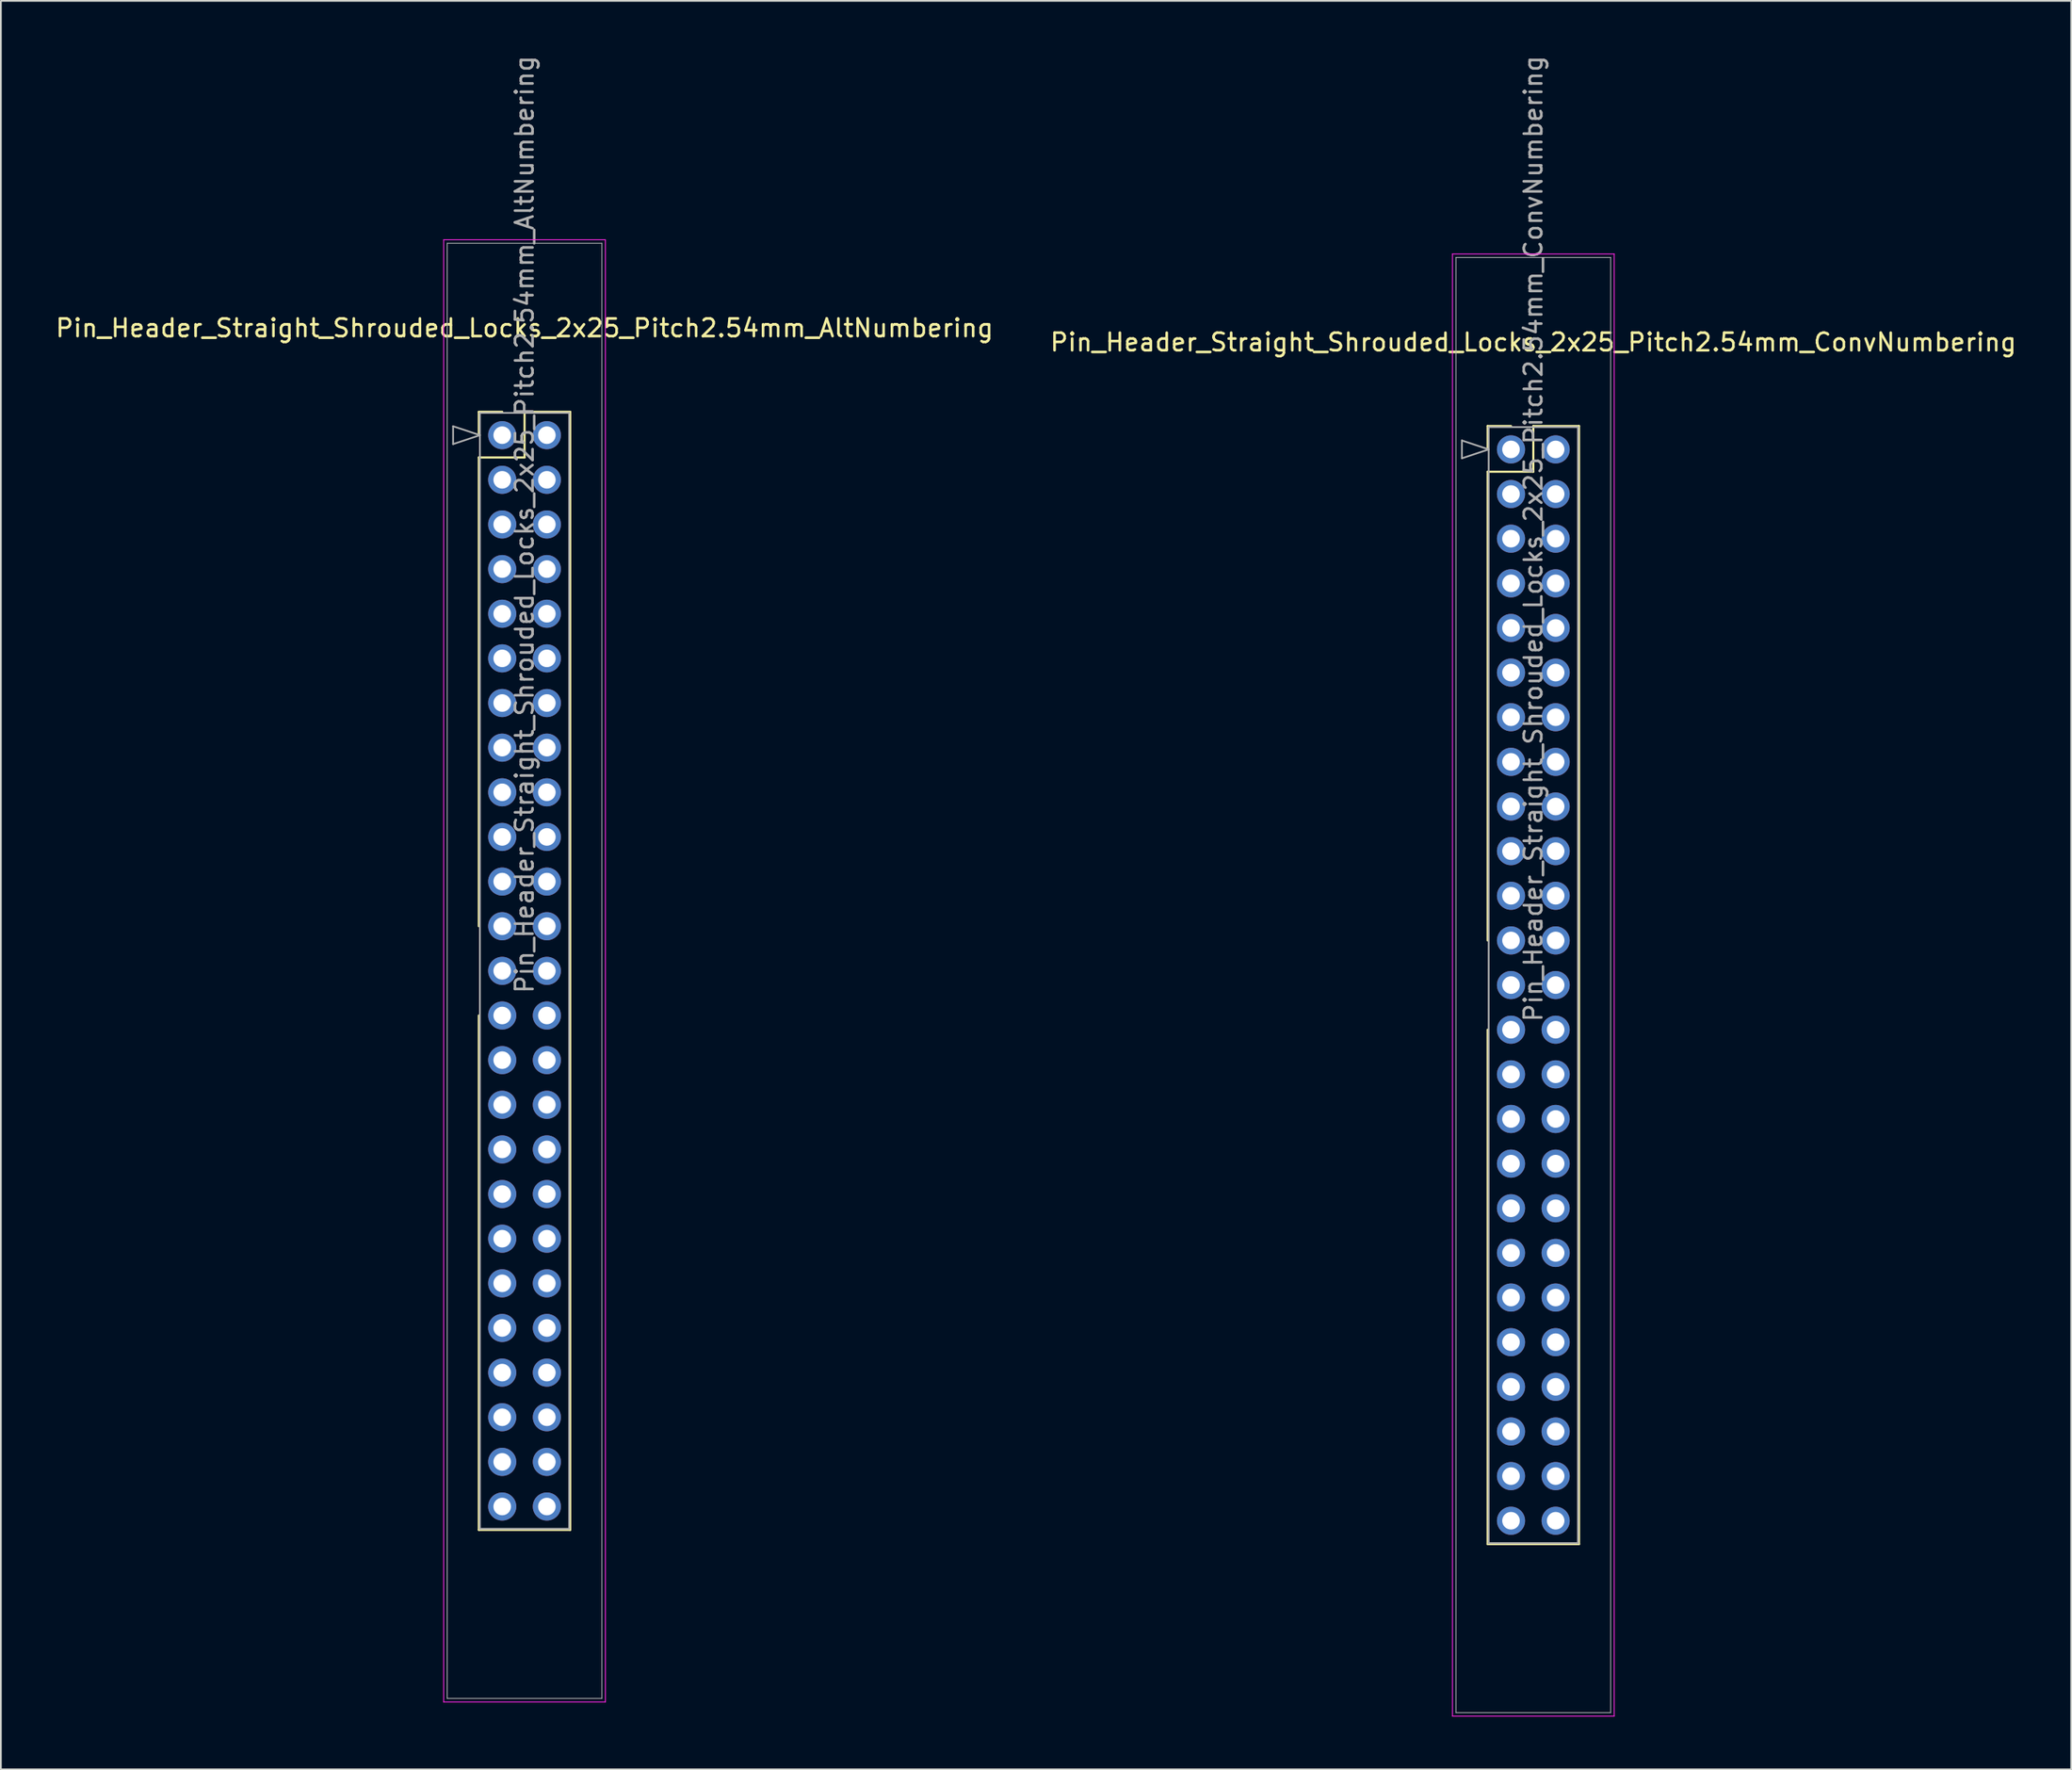
<source format=kicad_pcb>
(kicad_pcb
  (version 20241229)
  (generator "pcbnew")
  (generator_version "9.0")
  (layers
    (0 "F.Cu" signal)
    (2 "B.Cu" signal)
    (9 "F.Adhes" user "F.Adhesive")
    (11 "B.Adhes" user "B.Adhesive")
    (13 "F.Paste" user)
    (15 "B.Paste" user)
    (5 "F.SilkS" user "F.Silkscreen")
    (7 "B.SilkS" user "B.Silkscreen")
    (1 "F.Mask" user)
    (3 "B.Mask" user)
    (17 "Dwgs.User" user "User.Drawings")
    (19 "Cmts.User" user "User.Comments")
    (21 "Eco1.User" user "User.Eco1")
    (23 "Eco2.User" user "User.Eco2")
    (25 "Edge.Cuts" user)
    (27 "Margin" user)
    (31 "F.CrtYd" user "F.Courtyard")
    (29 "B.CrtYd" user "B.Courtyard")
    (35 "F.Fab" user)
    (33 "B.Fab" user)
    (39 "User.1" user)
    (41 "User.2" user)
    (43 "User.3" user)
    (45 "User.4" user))
  (footprint "Pin_Header_Straight_Shrouded_Locks_2x25_Pitch2.54mm_AltNumbering"
    (layer "F.Cu")
    (at 25.522 21.712)
    (property "Reference" "Pin_Header_Straight_Shrouded_Locks_2x25_Pitch2.54mm_AltNumbering" (at 1.27 -6.096 0) (layer "F.SilkS") (effects (font (size 1 1) (thickness 0.15))))
    (attr through_hole)
    (fp_line (start -1.33 -1.33) (end 0 -1.33) (stroke (width 0.12) (type solid)) (layer "F.SilkS"))
    (fp_line (start -1.33 0) (end -1.33 -1.33) (stroke (width 0.12) (type solid)) (layer "F.SilkS"))
    (fp_line (start -1.33 1.27) (end -1.33 27.94) (stroke (width 0.12) (type solid)) (layer "F.SilkS"))
    (fp_line (start -1.33 1.27) (end 1.27 1.27) (stroke (width 0.12) (type solid)) (layer "F.SilkS"))
    (fp_line (start -1.33 33.02) (end -1.33 62.29) (stroke (width 0.12) (type solid)) (layer "F.SilkS"))
    (fp_line (start -1.33 62.29) (end 3.87 62.29) (stroke (width 0.12) (type solid)) (layer "F.SilkS"))
    (fp_line (start 1.27 -1.33) (end 3.87 -1.33) (stroke (width 0.12) (type solid)) (layer "F.SilkS"))
    (fp_line (start 1.27 1.27) (end 1.27 -1.33) (stroke (width 0.12) (type solid)) (layer "F.SilkS"))
    (fp_line (start 3.87 -1.33) (end 3.87 62.29) (stroke (width 0.12) (type solid)) (layer "F.SilkS"))
    (fp_line (start -3.33 -11.12) (end -3.33 72.08) (stroke (width 0.05) (type solid)) (layer "F.CrtYd"))
    (fp_line (start -3.33 72.08) (end 5.87 72.08) (stroke (width 0.05) (type solid)) (layer "F.CrtYd"))
    (fp_line (start 5.87 -11.12) (end -3.33 -11.12) (stroke (width 0.05) (type solid)) (layer "F.CrtYd"))
    (fp_line (start 5.87 72.08) (end 5.87 -11.12) (stroke (width 0.05) (type solid)) (layer "F.CrtYd"))
    (fp_line (start -3.13 -10.92) (end -3.13 71.88) (stroke (width 0.05) (type solid)) (layer "F.Fab"))
    (fp_line (start -3.13 71.88) (end 5.67 71.88) (stroke (width 0.05) (type solid)) (layer "F.Fab"))
    (fp_line (start -2.794 -0.508) (end -1.27 0) (stroke (width 0.1) (type solid)) (layer "F.Fab"))
    (fp_line (start -2.794 0.508) (end -2.794 -0.508) (stroke (width 0.1) (type solid)) (layer "F.Fab"))
    (fp_line (start -1.27 -1.27) (end -1.27 62.23) (stroke (width 0.1) (type solid)) (layer "F.Fab"))
    (fp_line (start -1.27 0) (end -2.794 0.508) (stroke (width 0.1) (type solid)) (layer "F.Fab"))
    (fp_line (start -1.27 62.23) (end 3.81 62.23) (stroke (width 0.1) (type solid)) (layer "F.Fab"))
    (fp_line (start 3.81 -1.27) (end -1.27 -1.27) (stroke (width 0.1) (type solid)) (layer "F.Fab"))
    (fp_line (start 3.81 62.23) (end 3.81 -1.27) (stroke (width 0.1) (type solid)) (layer "F.Fab"))
    (fp_line (start 5.67 -10.92) (end -3.13 -10.92) (stroke (width 0.05) (type solid)) (layer "F.Fab"))
    (fp_line (start 5.67 71.88) (end 5.67 -10.92) (stroke (width 0.05) (type solid)) (layer "F.Fab"))
    (fp_text user "${REFERENCE}" (at 1.27 5.08 90) (layer "F.Fab") (effects (font (size 1 1) (thickness 0.15))))
    (pad "1" thru_hole oval (at 0 0) (size 1.6 1.6) (drill 1) (layers "*.Cu" "*.Mask"))
    (pad "2" thru_hole oval (at 0 2.54) (size 1.6 1.6) (drill 1) (layers "*.Cu" "*.Mask"))
    (pad "3" thru_hole oval (at 0 5.08) (size 1.6 1.6) (drill 1) (layers "*.Cu" "*.Mask"))
    (pad "4" thru_hole oval (at 0 7.62) (size 1.6 1.6) (drill 1) (layers "*.Cu" "*.Mask"))
    (pad "5" thru_hole oval (at 0 10.16) (size 1.6 1.6) (drill 1) (layers "*.Cu" "*.Mask"))
    (pad "6" thru_hole oval (at 0 12.7) (size 1.6 1.6) (drill 1) (layers "*.Cu" "*.Mask"))
    (pad "7" thru_hole oval (at 0 15.24) (size 1.6 1.6) (drill 1) (layers "*.Cu" "*.Mask"))
    (pad "8" thru_hole oval (at 0 17.78) (size 1.6 1.6) (drill 1) (layers "*.Cu" "*.Mask"))
    (pad "9" thru_hole oval (at 0 20.32) (size 1.6 1.6) (drill 1) (layers "*.Cu" "*.Mask"))
    (pad "10" thru_hole oval (at 0 22.86) (size 1.6 1.6) (drill 1) (layers "*.Cu" "*.Mask"))
    (pad "11" thru_hole oval (at 0 25.4) (size 1.6 1.6) (drill 1) (layers "*.Cu" "*.Mask"))
    (pad "12" thru_hole oval (at 0 27.94) (size 1.6 1.6) (drill 1) (layers "*.Cu" "*.Mask"))
    (pad "13" thru_hole oval (at 0 30.48) (size 1.6 1.6) (drill 1) (layers "*.Cu" "*.Mask"))
    (pad "14" thru_hole oval (at 0 33.02) (size 1.6 1.6) (drill 1) (layers "*.Cu" "*.Mask"))
    (pad "15" thru_hole oval (at 0 35.56) (size 1.6 1.6) (drill 1) (layers "*.Cu" "*.Mask"))
    (pad "16" thru_hole oval (at 0 38.1) (size 1.6 1.6) (drill 1) (layers "*.Cu" "*.Mask"))
    (pad "17" thru_hole oval (at 0 40.64) (size 1.6 1.6) (drill 1) (layers "*.Cu" "*.Mask"))
    (pad "18" thru_hole oval (at 0 43.18) (size 1.6 1.6) (drill 1) (layers "*.Cu" "*.Mask"))
    (pad "19" thru_hole oval (at 0 45.72) (size 1.6 1.6) (drill 1) (layers "*.Cu" "*.Mask"))
    (pad "20" thru_hole oval (at 0 48.26) (size 1.6 1.6) (drill 1) (layers "*.Cu" "*.Mask"))
    (pad "21" thru_hole oval (at 0 50.8) (size 1.6 1.6) (drill 1) (layers "*.Cu" "*.Mask"))
    (pad "22" thru_hole oval (at 0 53.34) (size 1.6 1.6) (drill 1) (layers "*.Cu" "*.Mask"))
    (pad "23" thru_hole oval (at 0 55.88) (size 1.6 1.6) (drill 1) (layers "*.Cu" "*.Mask"))
    (pad "24" thru_hole oval (at 0 58.42) (size 1.6 1.6) (drill 1) (layers "*.Cu" "*.Mask"))
    (pad "25" thru_hole oval (at 0 60.96) (size 1.6 1.6) (drill 1) (layers "*.Cu" "*.Mask"))
    (pad "26" thru_hole oval (at 2.54 0) (size 1.6 1.6) (drill 1) (layers "*.Cu" "*.Mask"))
    (pad "27" thru_hole oval (at 2.54 2.54) (size 1.6 1.6) (drill 1) (layers "*.Cu" "*.Mask"))
    (pad "28" thru_hole oval (at 2.54 5.08) (size 1.6 1.6) (drill 1) (layers "*.Cu" "*.Mask"))
    (pad "29" thru_hole oval (at 2.54 7.62) (size 1.6 1.6) (drill 1) (layers "*.Cu" "*.Mask"))
    (pad "30" thru_hole oval (at 2.54 10.16) (size 1.6 1.6) (drill 1) (layers "*.Cu" "*.Mask"))
    (pad "31" thru_hole oval (at 2.54 12.7) (size 1.6 1.6) (drill 1) (layers "*.Cu" "*.Mask"))
    (pad "32" thru_hole oval (at 2.54 15.24) (size 1.6 1.6) (drill 1) (layers "*.Cu" "*.Mask"))
    (pad "33" thru_hole oval (at 2.54 17.78) (size 1.6 1.6) (drill 1) (layers "*.Cu" "*.Mask"))
    (pad "34" thru_hole oval (at 2.54 20.32) (size 1.6 1.6) (drill 1) (layers "*.Cu" "*.Mask"))
    (pad "35" thru_hole oval (at 2.54 22.86) (size 1.6 1.6) (drill 1) (layers "*.Cu" "*.Mask"))
    (pad "36" thru_hole oval (at 2.54 25.4) (size 1.6 1.6) (drill 1) (layers "*.Cu" "*.Mask"))
    (pad "37" thru_hole oval (at 2.54 27.94) (size 1.6 1.6) (drill 1) (layers "*.Cu" "*.Mask"))
    (pad "38" thru_hole oval (at 2.54 30.48) (size 1.6 1.6) (drill 1) (layers "*.Cu" "*.Mask"))
    (pad "39" thru_hole oval (at 2.54 33.02) (size 1.6 1.6) (drill 1) (layers "*.Cu" "*.Mask"))
    (pad "40" thru_hole oval (at 2.54 35.56) (size 1.6 1.6) (drill 1) (layers "*.Cu" "*.Mask"))
    (pad "41" thru_hole oval (at 2.54 38.1) (size 1.6 1.6) (drill 1) (layers "*.Cu" "*.Mask"))
    (pad "42" thru_hole oval (at 2.54 40.64) (size 1.6 1.6) (drill 1) (layers "*.Cu" "*.Mask"))
    (pad "43" thru_hole oval (at 2.54 43.18) (size 1.6 1.6) (drill 1) (layers "*.Cu" "*.Mask"))
    (pad "44" thru_hole oval (at 2.54 45.72) (size 1.6 1.6) (drill 1) (layers "*.Cu" "*.Mask"))
    (pad "45" thru_hole oval (at 2.54 48.26) (size 1.6 1.6) (drill 1) (layers "*.Cu" "*.Mask"))
    (pad "46" thru_hole oval (at 2.54 50.8) (size 1.6 1.6) (drill 1) (layers "*.Cu" "*.Mask"))
    (pad "47" thru_hole oval (at 2.54 53.34) (size 1.6 1.6) (drill 1) (layers "*.Cu" "*.Mask"))
    (pad "48" thru_hole oval (at 2.54 55.88) (size 1.6 1.6) (drill 1) (layers "*.Cu" "*.Mask"))
    (pad "49" thru_hole oval (at 2.54 58.42) (size 1.6 1.6) (drill 1) (layers "*.Cu" "*.Mask"))
    (pad "50" thru_hole oval (at 2.54 60.96) (size 1.6 1.6) (drill 1) (layers "*.Cu" "*.Mask")))
  (footprint "Pin_Header_Straight_Shrouded_Locks_2x25_Pitch2.54mm_ConvNumbering"
    (layer "F.Cu")
    (at 82.915 22.521)
    (property "Reference" "Pin_Header_Straight_Shrouded_Locks_2x25_Pitch2.54mm_ConvNumbering" (at 1.27 -6.096 0) (layer "F.SilkS") (effects (font (size 1 1) (thickness 0.15))))
    (attr through_hole)
    (fp_line (start -1.33 -1.33) (end 0 -1.33) (stroke (width 0.12) (type solid)) (layer "F.SilkS"))
    (fp_line (start -1.33 0) (end -1.33 -1.33) (stroke (width 0.12) (type solid)) (layer "F.SilkS"))
    (fp_line (start -1.33 1.27) (end -1.33 27.94) (stroke (width 0.12) (type solid)) (layer "F.SilkS"))
    (fp_line (start -1.33 1.27) (end 1.27 1.27) (stroke (width 0.12) (type solid)) (layer "F.SilkS"))
    (fp_line (start -1.33 33.02) (end -1.33 62.29) (stroke (width 0.12) (type solid)) (layer "F.SilkS"))
    (fp_line (start -1.33 62.29) (end 3.87 62.29) (stroke (width 0.12) (type solid)) (layer "F.SilkS"))
    (fp_line (start 1.27 -1.33) (end 3.87 -1.33) (stroke (width 0.12) (type solid)) (layer "F.SilkS"))
    (fp_line (start 1.27 1.27) (end 1.27 -1.33) (stroke (width 0.12) (type solid)) (layer "F.SilkS"))
    (fp_line (start 3.87 -1.33) (end 3.87 62.29) (stroke (width 0.12) (type solid)) (layer "F.SilkS"))
    (fp_line (start -3.33 -11.12) (end -3.33 72.08) (stroke (width 0.05) (type solid)) (layer "F.CrtYd"))
    (fp_line (start -3.33 72.08) (end 5.87 72.08) (stroke (width 0.05) (type solid)) (layer "F.CrtYd"))
    (fp_line (start 5.87 -11.12) (end -3.33 -11.12) (stroke (width 0.05) (type solid)) (layer "F.CrtYd"))
    (fp_line (start 5.87 72.08) (end 5.87 -11.12) (stroke (width 0.05) (type solid)) (layer "F.CrtYd"))
    (fp_line (start -3.13 -10.92) (end -3.13 71.88) (stroke (width 0.05) (type solid)) (layer "F.Fab"))
    (fp_line (start -3.13 71.88) (end 5.67 71.88) (stroke (width 0.05) (type solid)) (layer "F.Fab"))
    (fp_line (start -2.794 -0.508) (end -1.27 0) (stroke (width 0.1) (type solid)) (layer "F.Fab"))
    (fp_line (start -2.794 0.508) (end -2.794 -0.508) (stroke (width 0.1) (type solid)) (layer "F.Fab"))
    (fp_line (start -1.27 -1.27) (end -1.27 62.23) (stroke (width 0.1) (type solid)) (layer "F.Fab"))
    (fp_line (start -1.27 0) (end -2.794 0.508) (stroke (width 0.1) (type solid)) (layer "F.Fab"))
    (fp_line (start -1.27 62.23) (end 3.81 62.23) (stroke (width 0.1) (type solid)) (layer "F.Fab"))
    (fp_line (start 3.81 -1.27) (end -1.27 -1.27) (stroke (width 0.1) (type solid)) (layer "F.Fab"))
    (fp_line (start 3.81 62.23) (end 3.81 -1.27) (stroke (width 0.1) (type solid)) (layer "F.Fab"))
    (fp_line (start 5.67 -10.92) (end -3.13 -10.92) (stroke (width 0.05) (type solid)) (layer "F.Fab"))
    (fp_line (start 5.67 71.88) (end 5.67 -10.92) (stroke (width 0.05) (type solid)) (layer "F.Fab"))
    (fp_text user "${REFERENCE}" (at 1.27 5.08 90) (layer "F.Fab") (effects (font (size 1 1) (thickness 0.15))))
    (pad "1" thru_hole oval (at 0 0) (size 1.6 1.6) (drill 1) (layers "*.Cu" "*.Mask"))
    (pad "2" thru_hole oval (at 2.54 0) (size 1.6 1.6) (drill 1) (layers "*.Cu" "*.Mask"))
    (pad "3" thru_hole oval (at 0 2.54) (size 1.6 1.6) (drill 1) (layers "*.Cu" "*.Mask"))
    (pad "4" thru_hole oval (at 2.54 2.54) (size 1.6 1.6) (drill 1) (layers "*.Cu" "*.Mask"))
    (pad "5" thru_hole oval (at 0 5.08) (size 1.6 1.6) (drill 1) (layers "*.Cu" "*.Mask"))
    (pad "6" thru_hole oval (at 2.54 5.08) (size 1.6 1.6) (drill 1) (layers "*.Cu" "*.Mask"))
    (pad "7" thru_hole oval (at 0 7.62) (size 1.6 1.6) (drill 1) (layers "*.Cu" "*.Mask"))
    (pad "8" thru_hole oval (at 2.54 7.62) (size 1.6 1.6) (drill 1) (layers "*.Cu" "*.Mask"))
    (pad "9" thru_hole oval (at 0 10.16) (size 1.6 1.6) (drill 1) (layers "*.Cu" "*.Mask"))
    (pad "10" thru_hole oval (at 2.54 10.16) (size 1.6 1.6) (drill 1) (layers "*.Cu" "*.Mask"))
    (pad "11" thru_hole oval (at 0 12.7) (size 1.6 1.6) (drill 1) (layers "*.Cu" "*.Mask"))
    (pad "12" thru_hole oval (at 2.54 12.7) (size 1.6 1.6) (drill 1) (layers "*.Cu" "*.Mask"))
    (pad "13" thru_hole oval (at 0 15.24) (size 1.6 1.6) (drill 1) (layers "*.Cu" "*.Mask"))
    (pad "14" thru_hole oval (at 2.54 15.24) (size 1.6 1.6) (drill 1) (layers "*.Cu" "*.Mask"))
    (pad "15" thru_hole oval (at 0 17.78) (size 1.6 1.6) (drill 1) (layers "*.Cu" "*.Mask"))
    (pad "16" thru_hole oval (at 2.54 17.78) (size 1.6 1.6) (drill 1) (layers "*.Cu" "*.Mask"))
    (pad "17" thru_hole oval (at 0 20.32) (size 1.6 1.6) (drill 1) (layers "*.Cu" "*.Mask"))
    (pad "18" thru_hole oval (at 2.54 20.32) (size 1.6 1.6) (drill 1) (layers "*.Cu" "*.Mask"))
    (pad "19" thru_hole oval (at 0 22.86) (size 1.6 1.6) (drill 1) (layers "*.Cu" "*.Mask"))
    (pad "20" thru_hole oval (at 2.54 22.86) (size 1.6 1.6) (drill 1) (layers "*.Cu" "*.Mask"))
    (pad "21" thru_hole oval (at 0 25.4) (size 1.6 1.6) (drill 1) (layers "*.Cu" "*.Mask"))
    (pad "22" thru_hole oval (at 2.54 25.4) (size 1.6 1.6) (drill 1) (layers "*.Cu" "*.Mask"))
    (pad "23" thru_hole oval (at 0 27.94) (size 1.6 1.6) (drill 1) (layers "*.Cu" "*.Mask"))
    (pad "24" thru_hole oval (at 2.54 27.94) (size 1.6 1.6) (drill 1) (layers "*.Cu" "*.Mask"))
    (pad "25" thru_hole oval (at 0 30.48) (size 1.6 1.6) (drill 1) (layers "*.Cu" "*.Mask"))
    (pad "26" thru_hole oval (at 2.54 30.48) (size 1.6 1.6) (drill 1) (layers "*.Cu" "*.Mask"))
    (pad "27" thru_hole oval (at 0 33.02) (size 1.6 1.6) (drill 1) (layers "*.Cu" "*.Mask"))
    (pad "28" thru_hole oval (at 2.54 33.02) (size 1.6 1.6) (drill 1) (layers "*.Cu" "*.Mask"))
    (pad "29" thru_hole oval (at 0 35.56) (size 1.6 1.6) (drill 1) (layers "*.Cu" "*.Mask"))
    (pad "30" thru_hole oval (at 2.54 35.56) (size 1.6 1.6) (drill 1) (layers "*.Cu" "*.Mask"))
    (pad "31" thru_hole oval (at 0 38.1) (size 1.6 1.6) (drill 1) (layers "*.Cu" "*.Mask"))
    (pad "32" thru_hole oval (at 2.54 38.1) (size 1.6 1.6) (drill 1) (layers "*.Cu" "*.Mask"))
    (pad "33" thru_hole oval (at 0 40.64) (size 1.6 1.6) (drill 1) (layers "*.Cu" "*.Mask"))
    (pad "34" thru_hole oval (at 2.54 40.64) (size 1.6 1.6) (drill 1) (layers "*.Cu" "*.Mask"))
    (pad "35" thru_hole oval (at 0 43.18) (size 1.6 1.6) (drill 1) (layers "*.Cu" "*.Mask"))
    (pad "36" thru_hole oval (at 2.54 43.18) (size 1.6 1.6) (drill 1) (layers "*.Cu" "*.Mask"))
    (pad "37" thru_hole oval (at 0 45.72) (size 1.6 1.6) (drill 1) (layers "*.Cu" "*.Mask"))
    (pad "38" thru_hole oval (at 2.54 45.72) (size 1.6 1.6) (drill 1) (layers "*.Cu" "*.Mask"))
    (pad "39" thru_hole oval (at 0 48.26) (size 1.6 1.6) (drill 1) (layers "*.Cu" "*.Mask"))
    (pad "40" thru_hole oval (at 2.54 48.26) (size 1.6 1.6) (drill 1) (layers "*.Cu" "*.Mask"))
    (pad "41" thru_hole oval (at 0 50.8) (size 1.6 1.6) (drill 1) (layers "*.Cu" "*.Mask"))
    (pad "42" thru_hole oval (at 2.54 50.8) (size 1.6 1.6) (drill 1) (layers "*.Cu" "*.Mask"))
    (pad "43" thru_hole oval (at 0 53.34) (size 1.6 1.6) (drill 1) (layers "*.Cu" "*.Mask"))
    (pad "44" thru_hole oval (at 2.54 53.34) (size 1.6 1.6) (drill 1) (layers "*.Cu" "*.Mask"))
    (pad "45" thru_hole oval (at 0 55.88) (size 1.6 1.6) (drill 1) (layers "*.Cu" "*.Mask"))
    (pad "46" thru_hole oval (at 2.54 55.88) (size 1.6 1.6) (drill 1) (layers "*.Cu" "*.Mask"))
    (pad "47" thru_hole oval (at 0 58.42) (size 1.6 1.6) (drill 1) (layers "*.Cu" "*.Mask"))
    (pad "48" thru_hole oval (at 2.54 58.42) (size 1.6 1.6) (drill 1) (layers "*.Cu" "*.Mask"))
    (pad "49" thru_hole oval (at 0 60.96) (size 1.6 1.6) (drill 1) (layers "*.Cu" "*.Mask"))
    (pad "50" thru_hole oval (at 2.54 60.96) (size 1.6 1.6) (drill 1) (layers "*.Cu" "*.Mask")))
  (gr_rect
    (start -3 -3)
    (end 114.786 97.626)
    (stroke (width 0.1) (type default))
    (fill no)
    (layer "Edge.Cuts")))
</source>
